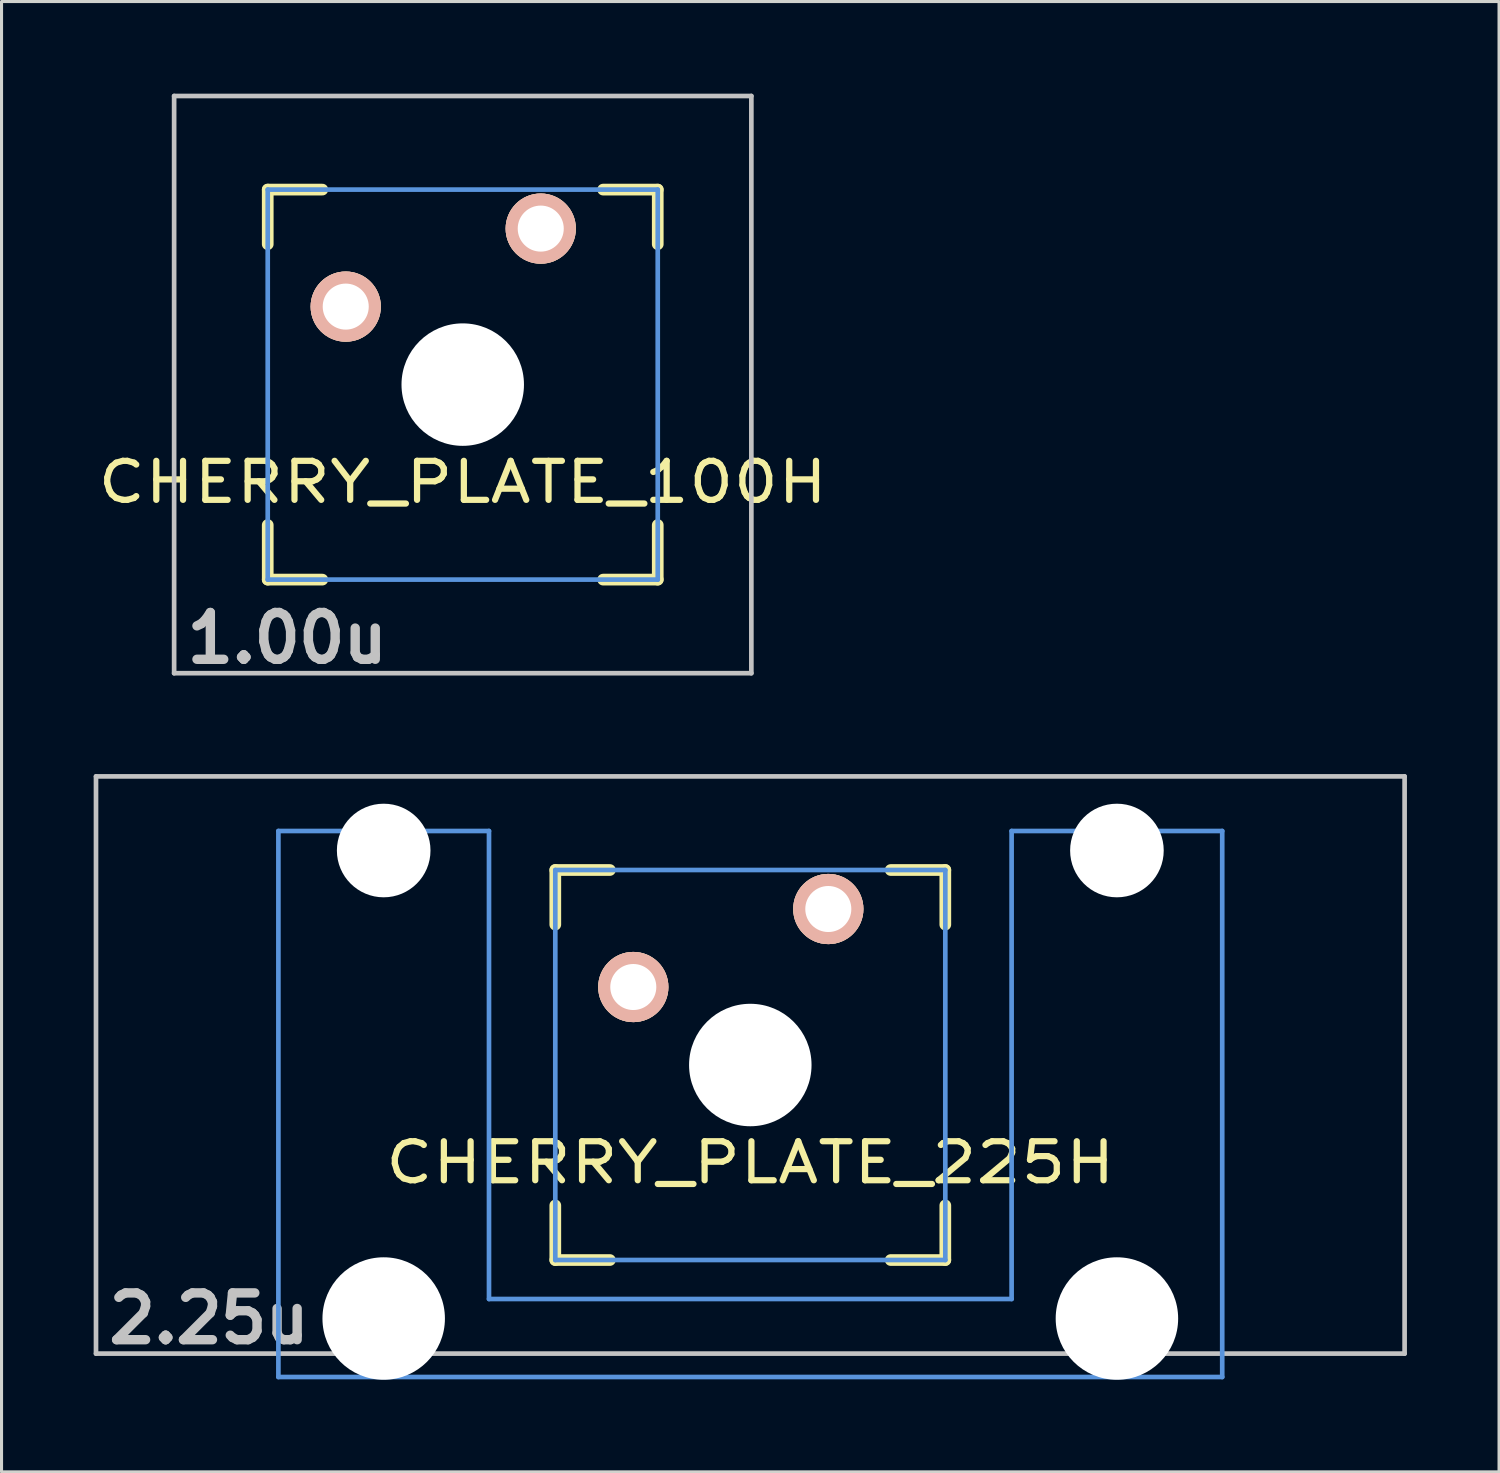
<source format=kicad_pcb>
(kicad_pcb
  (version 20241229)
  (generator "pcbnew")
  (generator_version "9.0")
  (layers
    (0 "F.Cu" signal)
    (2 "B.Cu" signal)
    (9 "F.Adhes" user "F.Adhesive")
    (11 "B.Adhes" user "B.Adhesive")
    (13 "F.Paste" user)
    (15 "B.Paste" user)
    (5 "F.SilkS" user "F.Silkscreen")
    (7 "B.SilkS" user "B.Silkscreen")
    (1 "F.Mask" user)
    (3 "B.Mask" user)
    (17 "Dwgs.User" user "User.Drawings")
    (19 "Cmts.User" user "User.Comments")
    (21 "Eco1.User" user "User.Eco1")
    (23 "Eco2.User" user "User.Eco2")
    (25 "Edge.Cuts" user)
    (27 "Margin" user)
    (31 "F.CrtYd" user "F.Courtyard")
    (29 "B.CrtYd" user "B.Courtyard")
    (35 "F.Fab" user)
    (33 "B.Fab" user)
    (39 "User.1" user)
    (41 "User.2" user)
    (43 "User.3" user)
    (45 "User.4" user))
  (footprint "CHERRY_PLATE_100H"
    (layer "F.Cu")
    (at 12.018 9.474)
    (property "Reference" "CHERRY_PLATE_100H" (at 0 3.175 0) (layer "F.SilkS") (effects (font (size 1.27 1.524) (thickness 0.203))))
    (attr through_hole)
    (fp_line (start -6.35 -6.35) (end -4.572 -6.35) (stroke (width 0.381) (type solid)) (layer "F.SilkS"))
    (fp_line (start -6.35 -4.572) (end -6.35 -6.35) (stroke (width 0.381) (type solid)) (layer "F.SilkS"))
    (fp_line (start -6.35 6.35) (end -6.35 4.572) (stroke (width 0.381) (type solid)) (layer "F.SilkS"))
    (fp_line (start -4.572 6.35) (end -6.35 6.35) (stroke (width 0.381) (type solid)) (layer "F.SilkS"))
    (fp_line (start 4.572 -6.35) (end 6.35 -6.35) (stroke (width 0.381) (type solid)) (layer "F.SilkS"))
    (fp_line (start 6.35 -6.35) (end 6.35 -4.572) (stroke (width 0.381) (type solid)) (layer "F.SilkS"))
    (fp_line (start 6.35 4.572) (end 6.35 6.35) (stroke (width 0.381) (type solid)) (layer "F.SilkS"))
    (fp_line (start 6.35 6.35) (end 4.572 6.35) (stroke (width 0.381) (type solid)) (layer "F.SilkS"))
    (fp_line (start -9.398 -9.398) (end 9.398 -9.398) (stroke (width 0.152) (type solid)) (layer "Dwgs.User"))
    (fp_line (start -9.398 9.398) (end -9.398 -9.398) (stroke (width 0.152) (type solid)) (layer "Dwgs.User"))
    (fp_line (start 9.398 -9.398) (end 9.398 9.398) (stroke (width 0.152) (type solid)) (layer "Dwgs.User"))
    (fp_line (start 9.398 9.398) (end -9.398 9.398) (stroke (width 0.152) (type solid)) (layer "Dwgs.User"))
    (fp_line (start -6.35 -6.35) (end 6.35 -6.35) (stroke (width 0.152) (type solid)) (layer "Cmts.User"))
    (fp_line (start -6.35 6.35) (end -6.35 -6.35) (stroke (width 0.152) (type solid)) (layer "Cmts.User"))
    (fp_line (start 6.35 -6.35) (end 6.35 6.35) (stroke (width 0.152) (type solid)) (layer "Cmts.User"))
    (fp_line (start 6.35 6.35) (end -6.35 6.35) (stroke (width 0.152) (type solid)) (layer "Cmts.User"))
    (fp_line (start -6.985 -6.985) (end 6.985 -6.985) (stroke (width 0.152) (type solid)) (layer "Eco2.User"))
    (fp_line (start -6.985 6.985) (end -6.985 -6.985) (stroke (width 0.152) (type solid)) (layer "Eco2.User"))
    (fp_line (start 6.985 -6.985) (end 6.985 6.985) (stroke (width 0.152) (type solid)) (layer "Eco2.User"))
    (fp_line (start 6.985 6.985) (end -6.985 6.985) (stroke (width 0.152) (type solid)) (layer "Eco2.User"))
    (fp_text user "1.00u" (at -5.715 8.255 0) (layer "Dwgs.User") (effects (font (size 1.524 1.524) (thickness 0.305))))
    (pad "" np_thru_hole circle (at 0 0) (size 3.988 3.988) (drill 3.988) (layers "*.Cu"))
    (pad "1" thru_hole circle (at 2.54 -5.08) (size 2.286 2.286) (drill 1.499) (layers "*.Cu" "*.SilkS" "*.Mask"))
    (pad "2" thru_hole circle (at -3.81 -2.54) (size 2.286 2.286) (drill 1.499) (layers "*.Cu" "*.SilkS" "*.Mask")))
  (footprint "CHERRY_PLATE_225H"
    (layer "F.Cu")
    (at 21.382 31.63)
    (property "Reference" "CHERRY_PLATE_225H" (at 0 3.175 0) (layer "F.SilkS") (effects (font (size 1.27 1.524) (thickness 0.203))))
    (attr through_hole)
    (fp_line (start -6.35 -6.35) (end -4.572 -6.35) (stroke (width 0.381) (type solid)) (layer "F.SilkS"))
    (fp_line (start -6.35 -4.572) (end -6.35 -6.35) (stroke (width 0.381) (type solid)) (layer "F.SilkS"))
    (fp_line (start -6.35 6.35) (end -6.35 4.572) (stroke (width 0.381) (type solid)) (layer "F.SilkS"))
    (fp_line (start -4.572 6.35) (end -6.35 6.35) (stroke (width 0.381) (type solid)) (layer "F.SilkS"))
    (fp_line (start 4.572 -6.35) (end 6.35 -6.35) (stroke (width 0.381) (type solid)) (layer "F.SilkS"))
    (fp_line (start 6.35 -6.35) (end 6.35 -4.572) (stroke (width 0.381) (type solid)) (layer "F.SilkS"))
    (fp_line (start 6.35 4.572) (end 6.35 6.35) (stroke (width 0.381) (type solid)) (layer "F.SilkS"))
    (fp_line (start 6.35 6.35) (end 4.572 6.35) (stroke (width 0.381) (type solid)) (layer "F.SilkS"))
    (fp_line (start -21.306 -9.398) (end 21.306 -9.398) (stroke (width 0.152) (type solid)) (layer "Dwgs.User"))
    (fp_line (start -21.306 9.398) (end -21.306 -9.398) (stroke (width 0.152) (type solid)) (layer "Dwgs.User"))
    (fp_line (start 21.306 -9.398) (end 21.306 9.398) (stroke (width 0.152) (type solid)) (layer "Dwgs.User"))
    (fp_line (start 21.306 9.398) (end -21.306 9.398) (stroke (width 0.152) (type solid)) (layer "Dwgs.User"))
    (fp_line (start -15.367 -7.62) (end -15.367 10.16) (stroke (width 0.152) (type solid)) (layer "Cmts.User"))
    (fp_line (start -15.367 10.16) (end 15.367 10.16) (stroke (width 0.152) (type solid)) (layer "Cmts.User"))
    (fp_line (start -8.509 -7.62) (end -15.367 -7.62) (stroke (width 0.152) (type solid)) (layer "Cmts.User"))
    (fp_line (start -8.509 7.62) (end -8.509 -7.62) (stroke (width 0.152) (type solid)) (layer "Cmts.User"))
    (fp_line (start -6.35 -6.35) (end 6.35 -6.35) (stroke (width 0.152) (type solid)) (layer "Cmts.User"))
    (fp_line (start -6.35 6.35) (end -6.35 -6.35) (stroke (width 0.152) (type solid)) (layer "Cmts.User"))
    (fp_line (start 6.35 -6.35) (end 6.35 6.35) (stroke (width 0.152) (type solid)) (layer "Cmts.User"))
    (fp_line (start 6.35 6.35) (end -6.35 6.35) (stroke (width 0.152) (type solid)) (layer "Cmts.User"))
    (fp_line (start 8.509 -7.62) (end 8.509 7.62) (stroke (width 0.152) (type solid)) (layer "Cmts.User"))
    (fp_line (start 8.509 7.62) (end -8.509 7.62) (stroke (width 0.152) (type solid)) (layer "Cmts.User"))
    (fp_line (start 15.367 -7.62) (end 8.509 -7.62) (stroke (width 0.152) (type solid)) (layer "Cmts.User"))
    (fp_line (start 15.367 10.16) (end 15.367 -7.62) (stroke (width 0.152) (type solid)) (layer "Cmts.User"))
    (fp_line (start -16.129 -2.286) (end -15.265 -2.286) (stroke (width 0.152) (type solid)) (layer "Eco2.User"))
    (fp_line (start -16.129 0.508) (end -16.129 -2.286) (stroke (width 0.152) (type solid)) (layer "Eco2.User"))
    (fp_line (start -15.265 -5.69) (end -8.611 -5.69) (stroke (width 0.152) (type solid)) (layer "Eco2.User"))
    (fp_line (start -15.265 -2.286) (end -15.265 -5.69) (stroke (width 0.152) (type solid)) (layer "Eco2.User"))
    (fp_line (start -15.265 0.508) (end -16.129 0.508) (stroke (width 0.152) (type solid)) (layer "Eco2.User"))
    (fp_line (start -15.265 6.604) (end -15.265 0.508) (stroke (width 0.152) (type solid)) (layer "Eco2.User"))
    (fp_line (start -14.224 6.604) (end -15.265 6.604) (stroke (width 0.152) (type solid)) (layer "Eco2.User"))
    (fp_line (start -14.224 7.772) (end -14.224 6.604) (stroke (width 0.152) (type solid)) (layer "Eco2.User"))
    (fp_line (start -9.652 6.604) (end -9.652 7.772) (stroke (width 0.152) (type solid)) (layer "Eco2.User"))
    (fp_line (start -9.652 7.772) (end -14.224 7.772) (stroke (width 0.152) (type solid)) (layer "Eco2.User"))
    (fp_line (start -8.611 -5.69) (end -8.611 -4.877) (stroke (width 0.152) (type solid)) (layer "Eco2.User"))
    (fp_line (start -8.611 -4.877) (end -6.985 -4.877) (stroke (width 0.152) (type solid)) (layer "Eco2.User"))
    (fp_line (start -8.611 5.817) (end -8.611 6.604) (stroke (width 0.152) (type solid)) (layer "Eco2.User"))
    (fp_line (start -8.611 6.604) (end -9.652 6.604) (stroke (width 0.152) (type solid)) (layer "Eco2.User"))
    (fp_line (start -6.985 -6.985) (end 6.985 -6.985) (stroke (width 0.152) (type solid)) (layer "Eco2.User"))
    (fp_line (start -6.985 -4.877) (end -6.985 -6.985) (stroke (width 0.152) (type solid)) (layer "Eco2.User"))
    (fp_line (start -6.985 5.817) (end -8.611 5.817) (stroke (width 0.152) (type solid)) (layer "Eco2.User"))
    (fp_line (start -6.985 6.985) (end -6.985 5.817) (stroke (width 0.152) (type solid)) (layer "Eco2.User"))
    (fp_line (start 6.985 -6.985) (end 6.985 -4.877) (stroke (width 0.152) (type solid)) (layer "Eco2.User"))
    (fp_line (start 6.985 -4.877) (end 8.611 -4.877) (stroke (width 0.152) (type solid)) (layer "Eco2.User"))
    (fp_line (start 6.985 5.817) (end 6.985 6.985) (stroke (width 0.152) (type solid)) (layer "Eco2.User"))
    (fp_line (start 6.985 6.985) (end -6.985 6.985) (stroke (width 0.152) (type solid)) (layer "Eco2.User"))
    (fp_line (start 8.611 -5.69) (end 15.265 -5.69) (stroke (width 0.152) (type solid)) (layer "Eco2.User"))
    (fp_line (start 8.611 -4.877) (end 8.611 -5.69) (stroke (width 0.152) (type solid)) (layer "Eco2.User"))
    (fp_line (start 8.611 5.817) (end 6.985 5.817) (stroke (width 0.152) (type solid)) (layer "Eco2.User"))
    (fp_line (start 8.611 6.604) (end 8.611 5.817) (stroke (width 0.152) (type solid)) (layer "Eco2.User"))
    (fp_line (start 9.652 6.604) (end 8.611 6.604) (stroke (width 0.152) (type solid)) (layer "Eco2.User"))
    (fp_line (start 9.652 7.772) (end 9.652 6.604) (stroke (width 0.152) (type solid)) (layer "Eco2.User"))
    (fp_line (start 14.224 6.604) (end 14.224 7.772) (stroke (width 0.152) (type solid)) (layer "Eco2.User"))
    (fp_line (start 14.224 7.772) (end 9.652 7.772) (stroke (width 0.152) (type solid)) (layer "Eco2.User"))
    (fp_line (start 15.265 -5.69) (end 15.265 -2.286) (stroke (width 0.152) (type solid)) (layer "Eco2.User"))
    (fp_line (start 15.265 -2.286) (end 16.129 -2.286) (stroke (width 0.152) (type solid)) (layer "Eco2.User"))
    (fp_line (start 15.265 0.508) (end 15.265 6.604) (stroke (width 0.152) (type solid)) (layer "Eco2.User"))
    (fp_line (start 15.265 6.604) (end 14.224 6.604) (stroke (width 0.152) (type solid)) (layer "Eco2.User"))
    (fp_line (start 16.129 -2.286) (end 16.129 0.508) (stroke (width 0.152) (type solid)) (layer "Eco2.User"))
    (fp_line (start 16.129 0.508) (end 15.265 0.508) (stroke (width 0.152) (type solid)) (layer "Eco2.User"))
    (fp_text user "2.25u" (at -17.623 8.255 0) (layer "Dwgs.User") (effects (font (size 1.524 1.524) (thickness 0.305))))
    (pad "" np_thru_hole circle (at -11.938 -6.985) (size 3.048 3.048) (drill 3.048) (layers "*.Cu"))
    (pad "" np_thru_hole circle (at -11.938 8.255) (size 3.988 3.988) (drill 3.988) (layers "*.Cu"))
    (pad "" np_thru_hole circle (at 0 0) (size 3.988 3.988) (drill 3.988) (layers "*.Cu"))
    (pad "" np_thru_hole circle (at 11.938 -6.985) (size 3.048 3.048) (drill 3.048) (layers "*.Cu"))
    (pad "" np_thru_hole circle (at 11.938 8.255) (size 3.988 3.988) (drill 3.988) (layers "*.Cu"))
    (pad "1" thru_hole circle (at 2.54 -5.08) (size 2.286 2.286) (drill 1.499) (layers "*.Cu" "*.SilkS" "*.Mask"))
    (pad "2" thru_hole circle (at -3.81 -2.54) (size 2.286 2.286) (drill 1.499) (layers "*.Cu" "*.SilkS" "*.Mask")))
  (gr_rect
    (start -3 -3)
    (end 45.763 44.879)
    (stroke (width 0.1) (type default))
    (fill no)
    (layer "Edge.Cuts")))
</source>
